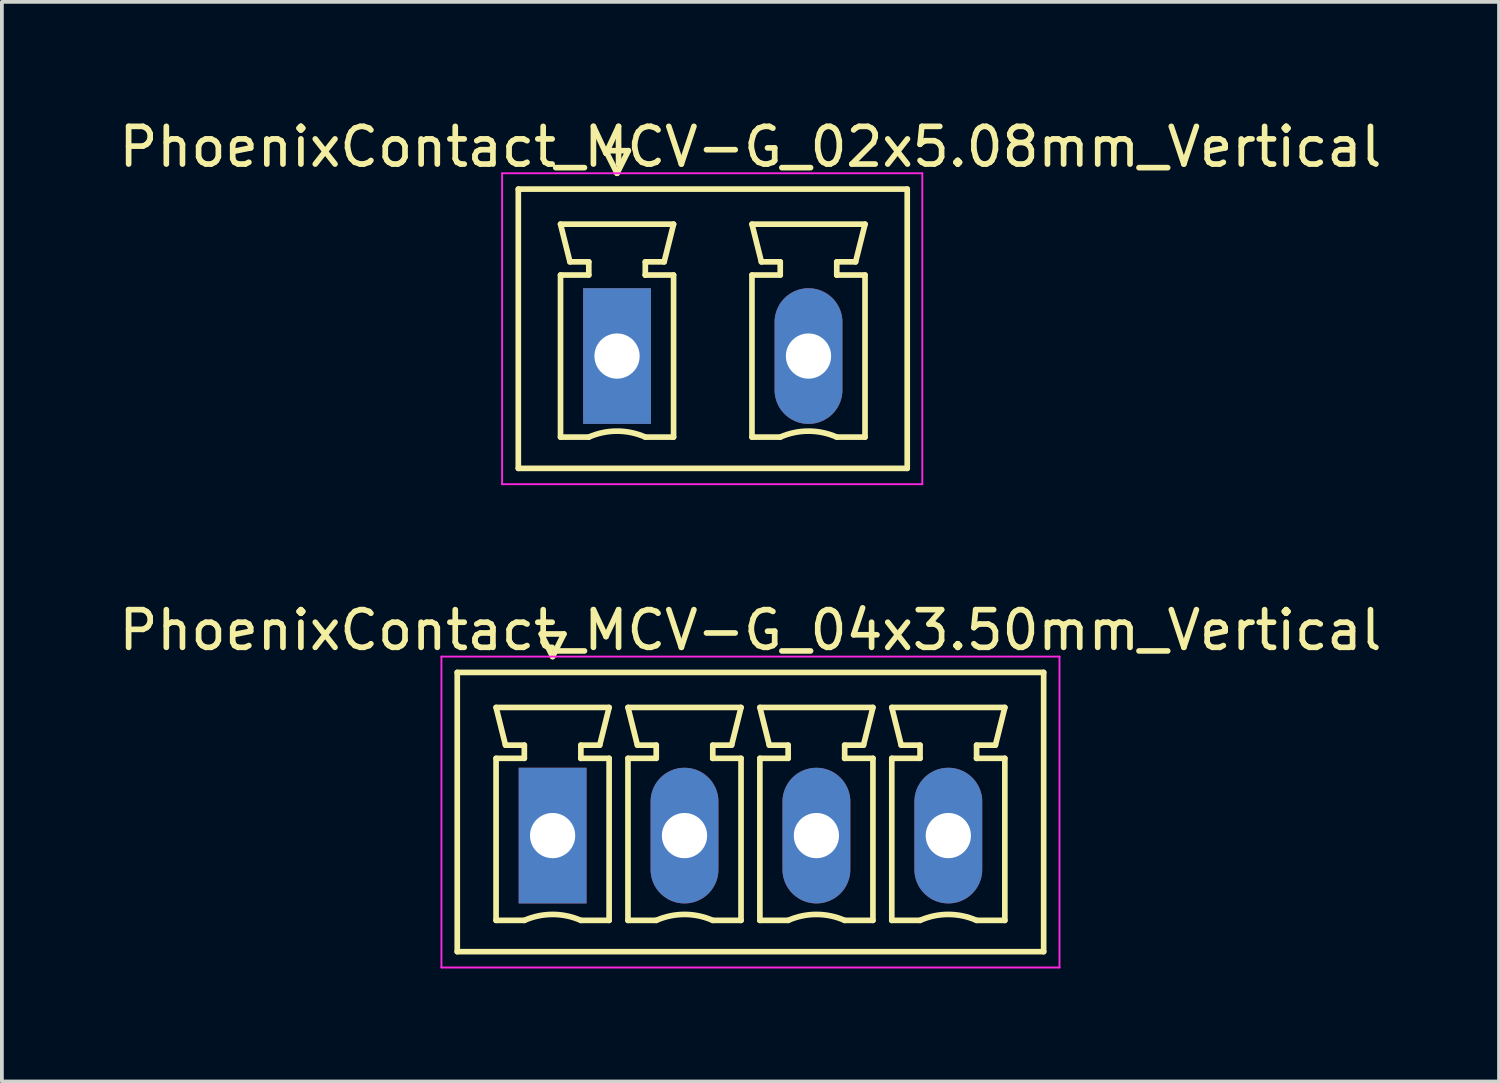
<source format=kicad_pcb>
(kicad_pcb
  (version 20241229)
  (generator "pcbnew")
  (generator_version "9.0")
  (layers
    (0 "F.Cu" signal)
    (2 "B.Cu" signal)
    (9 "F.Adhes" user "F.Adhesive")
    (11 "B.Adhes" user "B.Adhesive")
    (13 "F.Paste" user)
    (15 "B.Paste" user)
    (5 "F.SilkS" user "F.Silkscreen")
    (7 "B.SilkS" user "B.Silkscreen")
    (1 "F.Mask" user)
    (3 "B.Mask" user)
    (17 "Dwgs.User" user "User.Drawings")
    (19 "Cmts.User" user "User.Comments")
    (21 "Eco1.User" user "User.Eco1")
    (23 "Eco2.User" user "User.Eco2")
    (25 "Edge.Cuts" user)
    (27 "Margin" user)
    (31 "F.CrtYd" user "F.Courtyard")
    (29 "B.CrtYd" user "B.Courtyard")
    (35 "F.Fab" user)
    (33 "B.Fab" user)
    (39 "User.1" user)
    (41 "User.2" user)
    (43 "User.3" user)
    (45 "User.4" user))
  (footprint "PhoenixContact_MCV-G_04x3.50mm_Vertical"
    (layer "F.Cu")
    (at 11.613 19.122)
    (property "Reference" "PhoenixContact_MCV-G_04x3.50mm_Vertical" (at 5.25 -5.45 0) (layer "F.SilkS") (effects (font (size 1 1) (thickness 0.15))))
    (attr through_hole)
    (fp_line (start -2.53 -4.33) (end -2.53 3.08) (stroke (width 0.15) (type solid)) (layer "F.SilkS"))
    (fp_line (start -2.53 3.08) (end 13.03 3.08) (stroke (width 0.15) (type solid)) (layer "F.SilkS"))
    (fp_line (start -1.5 -3.4) (end 1.5 -3.4) (stroke (width 0.15) (type solid)) (layer "F.SilkS"))
    (fp_line (start -1.5 -2.05) (end -0.75 -2.05) (stroke (width 0.15) (type solid)) (layer "F.SilkS"))
    (fp_line (start -1.5 2.25) (end -1.5 -2.05) (stroke (width 0.15) (type solid)) (layer "F.SilkS"))
    (fp_line (start -1.25 -2.4) (end -1.5 -3.4) (stroke (width 0.15) (type solid)) (layer "F.SilkS"))
    (fp_line (start -0.75 -2.4) (end -1.25 -2.4) (stroke (width 0.15) (type solid)) (layer "F.SilkS"))
    (fp_line (start -0.75 -2.05) (end -0.75 -2.4) (stroke (width 0.15) (type solid)) (layer "F.SilkS"))
    (fp_line (start -0.75 2.25) (end -1.5 2.25) (stroke (width 0.15) (type solid)) (layer "F.SilkS"))
    (fp_line (start -0.3 -5.35) (end 0 -4.75) (stroke (width 0.15) (type solid)) (layer "F.SilkS"))
    (fp_line (start 0 -4.75) (end 0.3 -5.35) (stroke (width 0.15) (type solid)) (layer "F.SilkS"))
    (fp_line (start 0.3 -5.35) (end -0.3 -5.35) (stroke (width 0.15) (type solid)) (layer "F.SilkS"))
    (fp_line (start 0.75 -2.4) (end 0.75 -2.05) (stroke (width 0.15) (type solid)) (layer "F.SilkS"))
    (fp_line (start 0.75 -2.05) (end 0.75 -2.05) (stroke (width 0.15) (type solid)) (layer "F.SilkS"))
    (fp_line (start 0.75 -2.05) (end 1.5 -2.05) (stroke (width 0.15) (type solid)) (layer "F.SilkS"))
    (fp_line (start 1.25 -2.4) (end 0.75 -2.4) (stroke (width 0.15) (type solid)) (layer "F.SilkS"))
    (fp_line (start 1.5 -3.4) (end 1.25 -2.4) (stroke (width 0.15) (type solid)) (layer "F.SilkS"))
    (fp_line (start 1.5 -2.05) (end 1.5 2.25) (stroke (width 0.15) (type solid)) (layer "F.SilkS"))
    (fp_line (start 1.5 2.25) (end 0.75 2.25) (stroke (width 0.15) (type solid)) (layer "F.SilkS"))
    (fp_line (start 2 -3.4) (end 5 -3.4) (stroke (width 0.15) (type solid)) (layer "F.SilkS"))
    (fp_line (start 2 -2.05) (end 2.75 -2.05) (stroke (width 0.15) (type solid)) (layer "F.SilkS"))
    (fp_line (start 2 2.25) (end 2 -2.05) (stroke (width 0.15) (type solid)) (layer "F.SilkS"))
    (fp_line (start 2.25 -2.4) (end 2 -3.4) (stroke (width 0.15) (type solid)) (layer "F.SilkS"))
    (fp_line (start 2.75 -2.4) (end 2.25 -2.4) (stroke (width 0.15) (type solid)) (layer "F.SilkS"))
    (fp_line (start 2.75 -2.05) (end 2.75 -2.4) (stroke (width 0.15) (type solid)) (layer "F.SilkS"))
    (fp_line (start 2.75 2.25) (end 2 2.25) (stroke (width 0.15) (type solid)) (layer "F.SilkS"))
    (fp_line (start 4.25 -2.4) (end 4.25 -2.05) (stroke (width 0.15) (type solid)) (layer "F.SilkS"))
    (fp_line (start 4.25 -2.05) (end 4.25 -2.05) (stroke (width 0.15) (type solid)) (layer "F.SilkS"))
    (fp_line (start 4.25 -2.05) (end 5 -2.05) (stroke (width 0.15) (type solid)) (layer "F.SilkS"))
    (fp_line (start 4.75 -2.4) (end 4.25 -2.4) (stroke (width 0.15) (type solid)) (layer "F.SilkS"))
    (fp_line (start 5 -3.4) (end 4.75 -2.4) (stroke (width 0.15) (type solid)) (layer "F.SilkS"))
    (fp_line (start 5 -2.05) (end 5 2.25) (stroke (width 0.15) (type solid)) (layer "F.SilkS"))
    (fp_line (start 5 2.25) (end 4.25 2.25) (stroke (width 0.15) (type solid)) (layer "F.SilkS"))
    (fp_line (start 5.5 -3.4) (end 8.5 -3.4) (stroke (width 0.15) (type solid)) (layer "F.SilkS"))
    (fp_line (start 5.5 -2.05) (end 6.25 -2.05) (stroke (width 0.15) (type solid)) (layer "F.SilkS"))
    (fp_line (start 5.5 2.25) (end 5.5 -2.05) (stroke (width 0.15) (type solid)) (layer "F.SilkS"))
    (fp_line (start 5.75 -2.4) (end 5.5 -3.4) (stroke (width 0.15) (type solid)) (layer "F.SilkS"))
    (fp_line (start 6.25 -2.4) (end 5.75 -2.4) (stroke (width 0.15) (type solid)) (layer "F.SilkS"))
    (fp_line (start 6.25 -2.05) (end 6.25 -2.4) (stroke (width 0.15) (type solid)) (layer "F.SilkS"))
    (fp_line (start 6.25 2.25) (end 5.5 2.25) (stroke (width 0.15) (type solid)) (layer "F.SilkS"))
    (fp_line (start 7.75 -2.4) (end 7.75 -2.05) (stroke (width 0.15) (type solid)) (layer "F.SilkS"))
    (fp_line (start 7.75 -2.05) (end 7.75 -2.05) (stroke (width 0.15) (type solid)) (layer "F.SilkS"))
    (fp_line (start 7.75 -2.05) (end 8.5 -2.05) (stroke (width 0.15) (type solid)) (layer "F.SilkS"))
    (fp_line (start 8.25 -2.4) (end 7.75 -2.4) (stroke (width 0.15) (type solid)) (layer "F.SilkS"))
    (fp_line (start 8.5 -3.4) (end 8.25 -2.4) (stroke (width 0.15) (type solid)) (layer "F.SilkS"))
    (fp_line (start 8.5 -2.05) (end 8.5 2.25) (stroke (width 0.15) (type solid)) (layer "F.SilkS"))
    (fp_line (start 8.5 2.25) (end 7.75 2.25) (stroke (width 0.15) (type solid)) (layer "F.SilkS"))
    (fp_line (start 9 -3.4) (end 12 -3.4) (stroke (width 0.15) (type solid)) (layer "F.SilkS"))
    (fp_line (start 9 -2.05) (end 9.75 -2.05) (stroke (width 0.15) (type solid)) (layer "F.SilkS"))
    (fp_line (start 9 2.25) (end 9 -2.05) (stroke (width 0.15) (type solid)) (layer "F.SilkS"))
    (fp_line (start 9.25 -2.4) (end 9 -3.4) (stroke (width 0.15) (type solid)) (layer "F.SilkS"))
    (fp_line (start 9.75 -2.4) (end 9.25 -2.4) (stroke (width 0.15) (type solid)) (layer "F.SilkS"))
    (fp_line (start 9.75 -2.05) (end 9.75 -2.4) (stroke (width 0.15) (type solid)) (layer "F.SilkS"))
    (fp_line (start 9.75 2.25) (end 9 2.25) (stroke (width 0.15) (type solid)) (layer "F.SilkS"))
    (fp_line (start 11.25 -2.4) (end 11.25 -2.05) (stroke (width 0.15) (type solid)) (layer "F.SilkS"))
    (fp_line (start 11.25 -2.05) (end 11.25 -2.05) (stroke (width 0.15) (type solid)) (layer "F.SilkS"))
    (fp_line (start 11.25 -2.05) (end 12 -2.05) (stroke (width 0.15) (type solid)) (layer "F.SilkS"))
    (fp_line (start 11.75 -2.4) (end 11.25 -2.4) (stroke (width 0.15) (type solid)) (layer "F.SilkS"))
    (fp_line (start 12 -3.4) (end 11.75 -2.4) (stroke (width 0.15) (type solid)) (layer "F.SilkS"))
    (fp_line (start 12 -2.05) (end 12 2.25) (stroke (width 0.15) (type solid)) (layer "F.SilkS"))
    (fp_line (start 12 2.25) (end 11.25 2.25) (stroke (width 0.15) (type solid)) (layer "F.SilkS"))
    (fp_line (start 13.03 -4.33) (end -2.53 -4.33) (stroke (width 0.15) (type solid)) (layer "F.SilkS"))
    (fp_line (start 13.03 3.08) (end 13.03 -4.33) (stroke (width 0.15) (type solid)) (layer "F.SilkS"))
    (fp_arc (start -0.75 2.25) (mid -0.000193 2.09191) (end 0.749647 2.249844) (stroke (width 0.15) (type solid)) (layer "F.SilkS"))
    (fp_arc (start 2.75 2.25) (mid 3.499807 2.09191) (end 4.249647 2.249844) (stroke (width 0.15) (type solid)) (layer "F.SilkS"))
    (fp_arc (start 6.25 2.25) (mid 6.999807 2.09191) (end 7.749647 2.249844) (stroke (width 0.15) (type solid)) (layer "F.SilkS"))
    (fp_arc (start 9.75 2.25) (mid 10.499807 2.09191) (end 11.249647 2.249844) (stroke (width 0.15) (type solid)) (layer "F.SilkS"))
    (fp_line (start -2.95 -4.75) (end -2.95 3.5) (stroke (width 0.05) (type solid)) (layer "F.CrtYd"))
    (fp_line (start -2.95 3.5) (end 13.45 3.5) (stroke (width 0.05) (type solid)) (layer "F.CrtYd"))
    (fp_line (start 13.45 -4.75) (end -2.95 -4.75) (stroke (width 0.05) (type solid)) (layer "F.CrtYd"))
    (fp_line (start 13.45 3.5) (end 13.45 -4.75) (stroke (width 0.05) (type solid)) (layer "F.CrtYd"))
    (pad "1" thru_hole rect (at 0 0) (size 1.8 3.6) (drill 1.2) (layers "*.Cu" "*.Mask"))
    (pad "2" thru_hole oval (at 3.5 0) (size 1.8 3.6) (drill 1.2) (layers "*.Cu" "*.Mask"))
    (pad "3" thru_hole oval (at 7 0) (size 1.8 3.6) (drill 1.2) (layers "*.Cu" "*.Mask"))
    (pad "4" thru_hole oval (at 10.5 0) (size 1.8 3.6) (drill 1.2) (layers "*.Cu" "*.Mask")))
  (footprint "PhoenixContact_MCV-G_02x5.08mm_Vertical"
    (layer "F.Cu")
    (at 13.323 6.398)
    (property "Reference" "PhoenixContact_MCV-G_02x5.08mm_Vertical" (at 3.54 -5.55 0) (layer "F.SilkS") (effects (font (size 1 1) (thickness 0.15))))
    (attr through_hole)
    (fp_line (start -2.62 -4.43) (end -2.62 2.98) (stroke (width 0.15) (type solid)) (layer "F.SilkS"))
    (fp_line (start -2.62 2.98) (end 7.7 2.98) (stroke (width 0.15) (type solid)) (layer "F.SilkS"))
    (fp_line (start -1.5 -3.5) (end 1.5 -3.5) (stroke (width 0.15) (type solid)) (layer "F.SilkS"))
    (fp_line (start -1.5 -2.15) (end -0.75 -2.15) (stroke (width 0.15) (type solid)) (layer "F.SilkS"))
    (fp_line (start -1.5 2.15) (end -1.5 -2.15) (stroke (width 0.15) (type solid)) (layer "F.SilkS"))
    (fp_line (start -1.25 -2.5) (end -1.5 -3.5) (stroke (width 0.15) (type solid)) (layer "F.SilkS"))
    (fp_line (start -0.75 -2.5) (end -1.25 -2.5) (stroke (width 0.15) (type solid)) (layer "F.SilkS"))
    (fp_line (start -0.75 -2.15) (end -0.75 -2.5) (stroke (width 0.15) (type solid)) (layer "F.SilkS"))
    (fp_line (start -0.75 2.15) (end -1.5 2.15) (stroke (width 0.15) (type solid)) (layer "F.SilkS"))
    (fp_line (start -0.3 -5.45) (end 0 -4.85) (stroke (width 0.15) (type solid)) (layer "F.SilkS"))
    (fp_line (start 0 -4.85) (end 0.3 -5.45) (stroke (width 0.15) (type solid)) (layer "F.SilkS"))
    (fp_line (start 0.3 -5.45) (end -0.3 -5.45) (stroke (width 0.15) (type solid)) (layer "F.SilkS"))
    (fp_line (start 0.75 -2.5) (end 0.75 -2.15) (stroke (width 0.15) (type solid)) (layer "F.SilkS"))
    (fp_line (start 0.75 -2.15) (end 0.75 -2.15) (stroke (width 0.15) (type solid)) (layer "F.SilkS"))
    (fp_line (start 0.75 -2.15) (end 1.5 -2.15) (stroke (width 0.15) (type solid)) (layer "F.SilkS"))
    (fp_line (start 1.25 -2.5) (end 0.75 -2.5) (stroke (width 0.15) (type solid)) (layer "F.SilkS"))
    (fp_line (start 1.5 -3.5) (end 1.25 -2.5) (stroke (width 0.15) (type solid)) (layer "F.SilkS"))
    (fp_line (start 1.5 -2.15) (end 1.5 2.15) (stroke (width 0.15) (type solid)) (layer "F.SilkS"))
    (fp_line (start 1.5 2.15) (end 0.75 2.15) (stroke (width 0.15) (type solid)) (layer "F.SilkS"))
    (fp_line (start 3.58 -3.5) (end 6.58 -3.5) (stroke (width 0.15) (type solid)) (layer "F.SilkS"))
    (fp_line (start 3.58 -2.15) (end 4.33 -2.15) (stroke (width 0.15) (type solid)) (layer "F.SilkS"))
    (fp_line (start 3.58 2.15) (end 3.58 -2.15) (stroke (width 0.15) (type solid)) (layer "F.SilkS"))
    (fp_line (start 3.83 -2.5) (end 3.58 -3.5) (stroke (width 0.15) (type solid)) (layer "F.SilkS"))
    (fp_line (start 4.33 -2.5) (end 3.83 -2.5) (stroke (width 0.15) (type solid)) (layer "F.SilkS"))
    (fp_line (start 4.33 -2.15) (end 4.33 -2.5) (stroke (width 0.15) (type solid)) (layer "F.SilkS"))
    (fp_line (start 4.33 2.15) (end 3.58 2.15) (stroke (width 0.15) (type solid)) (layer "F.SilkS"))
    (fp_line (start 5.83 -2.5) (end 5.83 -2.15) (stroke (width 0.15) (type solid)) (layer "F.SilkS"))
    (fp_line (start 5.83 -2.15) (end 5.83 -2.15) (stroke (width 0.15) (type solid)) (layer "F.SilkS"))
    (fp_line (start 5.83 -2.15) (end 6.58 -2.15) (stroke (width 0.15) (type solid)) (layer "F.SilkS"))
    (fp_line (start 6.33 -2.5) (end 5.83 -2.5) (stroke (width 0.15) (type solid)) (layer "F.SilkS"))
    (fp_line (start 6.58 -3.5) (end 6.33 -2.5) (stroke (width 0.15) (type solid)) (layer "F.SilkS"))
    (fp_line (start 6.58 -2.15) (end 6.58 2.15) (stroke (width 0.15) (type solid)) (layer "F.SilkS"))
    (fp_line (start 6.58 2.15) (end 5.83 2.15) (stroke (width 0.15) (type solid)) (layer "F.SilkS"))
    (fp_line (start 7.7 -4.43) (end -2.62 -4.43) (stroke (width 0.15) (type solid)) (layer "F.SilkS"))
    (fp_line (start 7.7 2.98) (end 7.7 -4.43) (stroke (width 0.15) (type solid)) (layer "F.SilkS"))
    (fp_arc (start -0.75 2.15) (mid -0.000193 1.99191) (end 0.749647 2.149844) (stroke (width 0.15) (type solid)) (layer "F.SilkS"))
    (fp_arc (start 4.33 2.15) (mid 5.079807 1.99191) (end 5.829647 2.149844) (stroke (width 0.15) (type solid)) (layer "F.SilkS"))
    (fp_line (start -3.05 -4.85) (end -3.05 3.4) (stroke (width 0.05) (type solid)) (layer "F.CrtYd"))
    (fp_line (start -3.05 3.4) (end 8.1 3.4) (stroke (width 0.05) (type solid)) (layer "F.CrtYd"))
    (fp_line (start 8.1 -4.85) (end -3.05 -4.85) (stroke (width 0.05) (type solid)) (layer "F.CrtYd"))
    (fp_line (start 8.1 3.4) (end 8.1 -4.85) (stroke (width 0.05) (type solid)) (layer "F.CrtYd"))
    (pad "1" thru_hole rect (at 0 0) (size 1.8 3.6) (drill 1.2) (layers "*.Cu" "*.Mask"))
    (pad "2" thru_hole oval (at 5.08 0) (size 1.8 3.6) (drill 1.2) (layers "*.Cu" "*.Mask")))
  (gr_rect
    (start -3 -3)
    (end 36.726 25.646)
    (stroke (width 0.1) (type default))
    (fill no)
    (layer "Edge.Cuts")))
</source>
